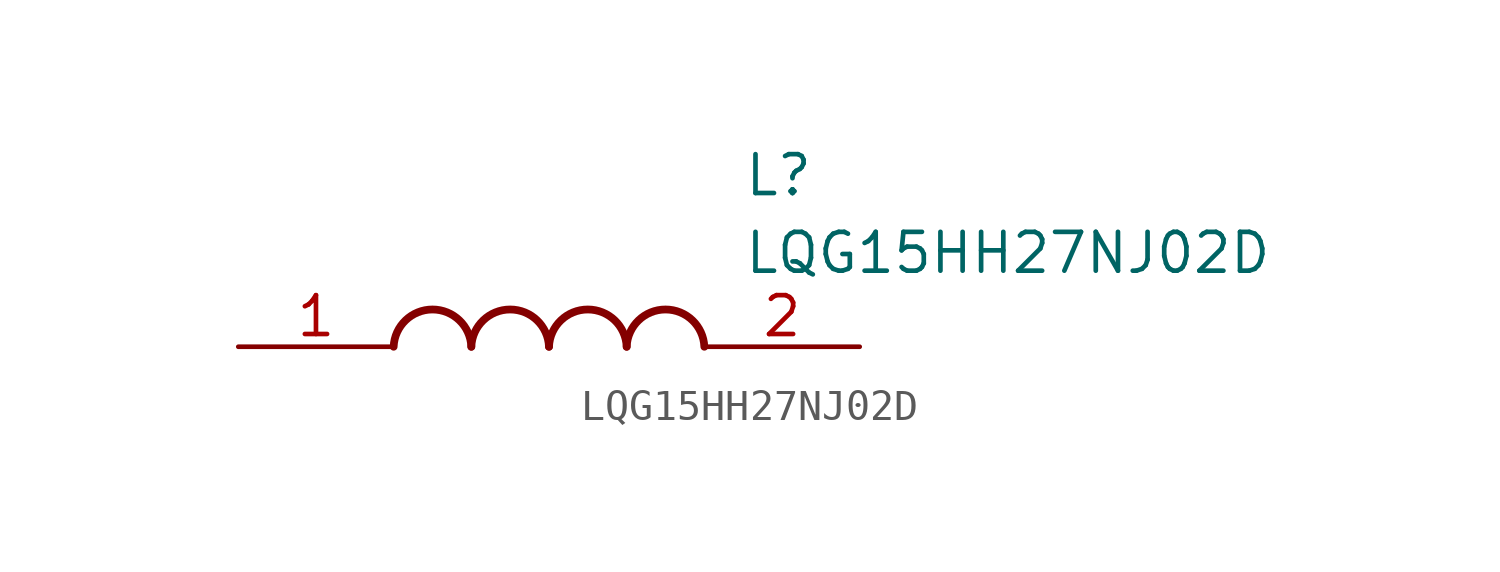
<source format=kicad_sym>
(kicad_symbol_lib
  (version 20211014)
  (generator SamacSys_ECAD_Model)
  (symbol "LQG15HH27NJ02D"
    (pin_names hide)
    (property "Reference" "L"
      (at 16.51 6.35 0)
      (effects (font (size 1.27 1.27)) (justify left top)))
    (property "Value" "LQG15HH27NJ02D"
      (at 16.51 3.81 0)
      (effects (font (size 1.27 1.27)) (justify left top)))
    (arc
      (start 7.62 0)
      (mid 6.35 1.219)
      (end 5.08 0)
      (stroke (width 0.254) (type default))
      (fill (type none)))
    (arc
      (start 10.16 0)
      (mid 8.89 1.219)
      (end 7.62 0)
      (stroke (width 0.254) (type default))
      (fill (type none)))
    (arc
      (start 12.7 0)
      (mid 11.43 1.219)
      (end 10.16 0)
      (stroke (width 0.254) (type default))
      (fill (type none)))
    (arc
      (start 15.24 0)
      (mid 13.97 1.219)
      (end 12.7 0)
      (stroke (width 0.254) (type default))
      (fill (type none)))
    (pin passive line
      (at 0 0 0)
      (length 5.08)
      (name "1" (effects (font (size 1.27 1.27))))
      (number "1" (effects (font (size 1.27 1.27)))))
    (pin passive line
      (at 20.32 0 180)
      (length 5.08)
      (name "2" (effects (font (size 1.27 1.27))))
      (number "2" (effects (font (size 1.27 1.27)))))))
</source>
